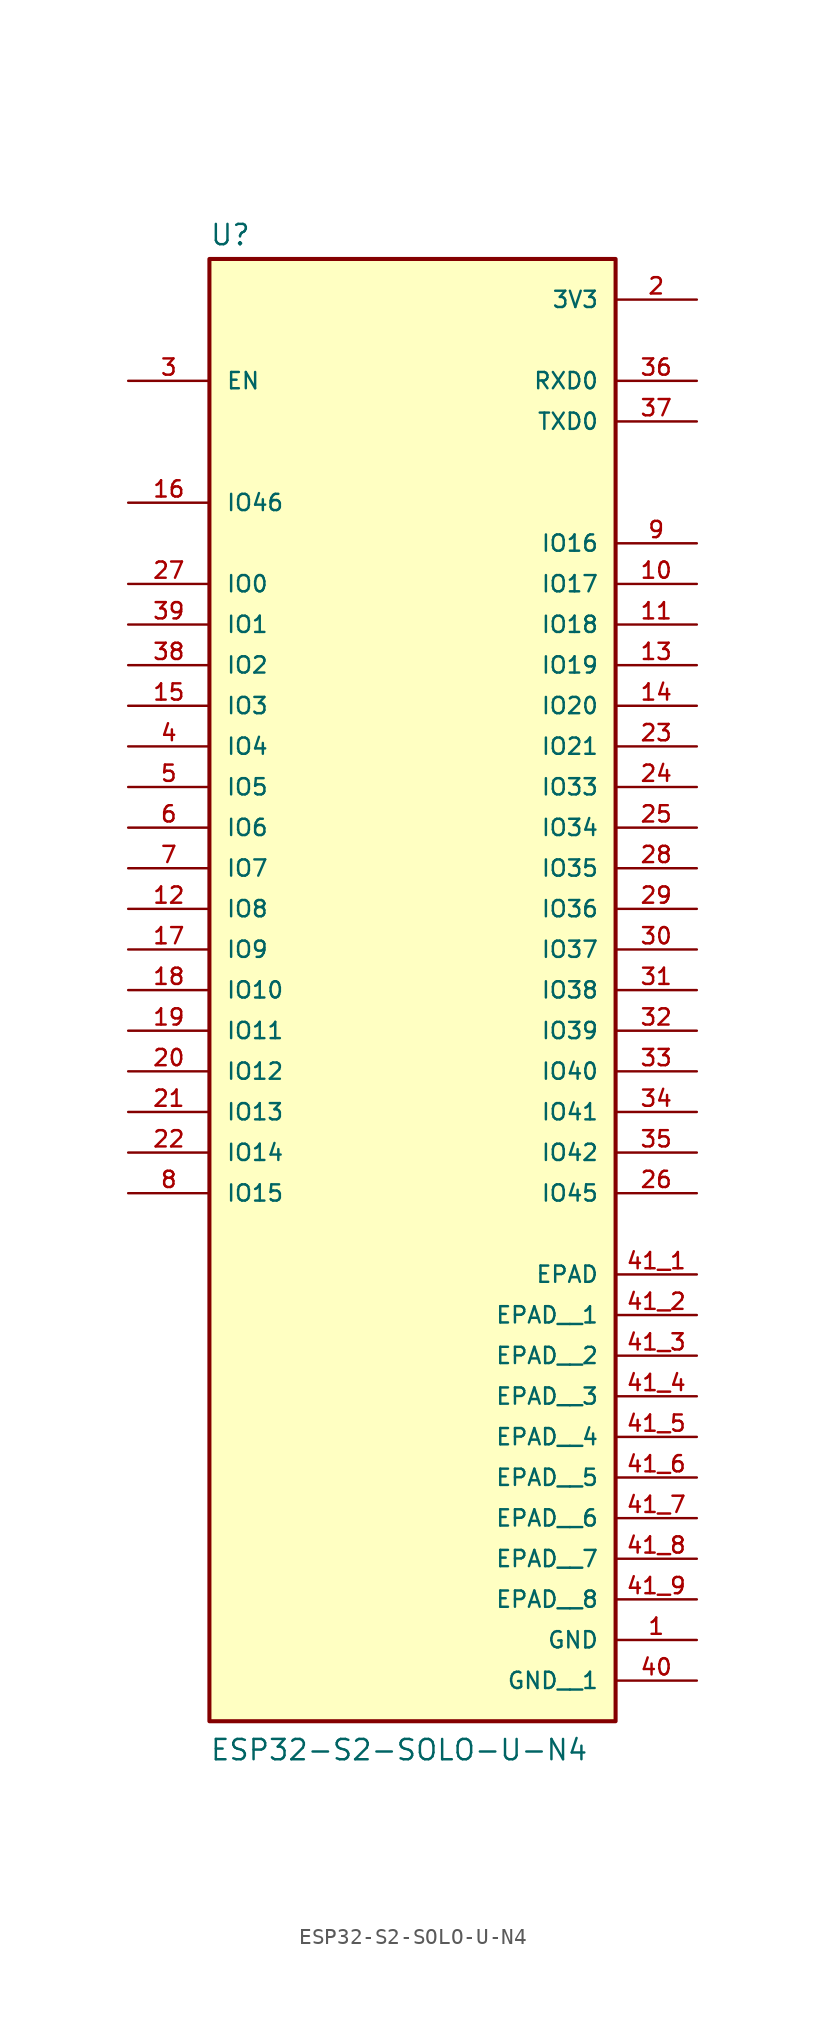
<source format=kicad_sym>
(kicad_symbol_lib
  (version 20211014)
  (generator kicad_symbol_editor)
  (symbol "ESP32-S2-SOLO-U-N4"
    (pin_names
      (offset 1.016))
    (property "Reference" "U"
      (at -12.7 33.782 0)
      (effects (font (size 1.27 1.27)) (justify bottom left)))
    (property "Value" "ESP32-S2-SOLO-U-N4"
      (at -12.7 -60.96 0)
      (effects (font (size 1.27 1.27)) (justify bottom left)))
    (symbol "ESP32-S2-SOLO-U-N4_0_0"
      (rectangle (start -12.7 -58.42) (end 12.7 33.02) (stroke (width 0.254)) (fill (type background)))
      (pin power_in line (at 17.78 -53.34 180.0) (length 5.08) (name "GND" (effects (font (size 1.016 1.016)))) (number "1" (effects (font (size 1.016 1.016)))))
      (pin power_in line (at 17.78 30.48 180.0) (length 5.08) (name "3V3" (effects (font (size 1.016 1.016)))) (number "2" (effects (font (size 1.016 1.016)))))
      (pin input line (at -17.78 25.4 0) (length 5.08) (name "EN" (effects (font (size 1.016 1.016)))) (number "3" (effects (font (size 1.016 1.016)))))
      (pin bidirectional line (at 17.78 25.4 180.0) (length 5.08) (name "RXD0" (effects (font (size 1.016 1.016)))) (number "36" (effects (font (size 1.016 1.016)))))
      (pin bidirectional line (at 17.78 22.86 180.0) (length 5.08) (name "TXD0" (effects (font (size 1.016 1.016)))) (number "37" (effects (font (size 1.016 1.016)))))
      (pin power_in line (at 17.78 -30.48 180.0) (length 5.08) (name "EPAD" (effects (font (size 1.016 1.016)))) (number "41_1" (effects (font (size 1.016 1.016)))))
      (pin bidirectional line (at -17.78 12.7 0) (length 5.08) (name "IO0" (effects (font (size 1.016 1.016)))) (number "27" (effects (font (size 1.016 1.016)))))
      (pin bidirectional line (at 17.78 0.0 180.0) (length 5.08) (name "IO33" (effects (font (size 1.016 1.016)))) (number "24" (effects (font (size 1.016 1.016)))))
      (pin bidirectional line (at 17.78 -2.54 180.0) (length 5.08) (name "IO34" (effects (font (size 1.016 1.016)))) (number "25" (effects (font (size 1.016 1.016)))))
      (pin bidirectional line (at 17.78 -5.08 180.0) (length 5.08) (name "IO35" (effects (font (size 1.016 1.016)))) (number "28" (effects (font (size 1.016 1.016)))))
      (pin bidirectional line (at 17.78 -7.62 180.0) (length 5.08) (name "IO36" (effects (font (size 1.016 1.016)))) (number "29" (effects (font (size 1.016 1.016)))))
      (pin bidirectional line (at 17.78 -10.16 180.0) (length 5.08) (name "IO37" (effects (font (size 1.016 1.016)))) (number "30" (effects (font (size 1.016 1.016)))))
      (pin bidirectional line (at 17.78 -12.7 180.0) (length 5.08) (name "IO38" (effects (font (size 1.016 1.016)))) (number "31" (effects (font (size 1.016 1.016)))))
      (pin bidirectional line (at 17.78 -15.24 180.0) (length 5.08) (name "IO39" (effects (font (size 1.016 1.016)))) (number "32" (effects (font (size 1.016 1.016)))))
      (pin bidirectional line (at 17.78 -17.78 180.0) (length 5.08) (name "IO40" (effects (font (size 1.016 1.016)))) (number "33" (effects (font (size 1.016 1.016)))))
      (pin bidirectional line (at 17.78 -20.32 180.0) (length 5.08) (name "IO41" (effects (font (size 1.016 1.016)))) (number "34" (effects (font (size 1.016 1.016)))))
      (pin bidirectional line (at 17.78 -22.86 180.0) (length 5.08) (name "IO42" (effects (font (size 1.016 1.016)))) (number "35" (effects (font (size 1.016 1.016)))))
      (pin bidirectional line (at 17.78 -25.4 180.0) (length 5.08) (name "IO45" (effects (font (size 1.016 1.016)))) (number "26" (effects (font (size 1.016 1.016)))))
      (pin input line (at -17.78 17.78 0) (length 5.08) (name "IO46" (effects (font (size 1.016 1.016)))) (number "16" (effects (font (size 1.016 1.016)))))
      (pin bidirectional line (at -17.78 10.16 0) (length 5.08) (name "IO1" (effects (font (size 1.016 1.016)))) (number "39" (effects (font (size 1.016 1.016)))))
      (pin bidirectional line (at -17.78 7.62 0) (length 5.08) (name "IO2" (effects (font (size 1.016 1.016)))) (number "38" (effects (font (size 1.016 1.016)))))
      (pin bidirectional line (at -17.78 5.08 0) (length 5.08) (name "IO3" (effects (font (size 1.016 1.016)))) (number "15" (effects (font (size 1.016 1.016)))))
      (pin bidirectional line (at -17.78 2.54 0) (length 5.08) (name "IO4" (effects (font (size 1.016 1.016)))) (number "4" (effects (font (size 1.016 1.016)))))
      (pin bidirectional line (at -17.78 0.0 0) (length 5.08) (name "IO5" (effects (font (size 1.016 1.016)))) (number "5" (effects (font (size 1.016 1.016)))))
      (pin bidirectional line (at -17.78 -2.54 0) (length 5.08) (name "IO6" (effects (font (size 1.016 1.016)))) (number "6" (effects (font (size 1.016 1.016)))))
      (pin bidirectional line (at -17.78 -5.08 0) (length 5.08) (name "IO7" (effects (font (size 1.016 1.016)))) (number "7" (effects (font (size 1.016 1.016)))))
      (pin bidirectional line (at -17.78 -7.62 0) (length 5.08) (name "IO8" (effects (font (size 1.016 1.016)))) (number "12" (effects (font (size 1.016 1.016)))))
      (pin bidirectional line (at -17.78 -10.16 0) (length 5.08) (name "IO9" (effects (font (size 1.016 1.016)))) (number "17" (effects (font (size 1.016 1.016)))))
      (pin bidirectional line (at -17.78 -12.7 0) (length 5.08) (name "IO10" (effects (font (size 1.016 1.016)))) (number "18" (effects (font (size 1.016 1.016)))))
      (pin bidirectional line (at -17.78 -15.24 0) (length 5.08) (name "IO11" (effects (font (size 1.016 1.016)))) (number "19" (effects (font (size 1.016 1.016)))))
      (pin bidirectional line (at -17.78 -17.78 0) (length 5.08) (name "IO12" (effects (font (size 1.016 1.016)))) (number "20" (effects (font (size 1.016 1.016)))))
      (pin bidirectional line (at -17.78 -20.32 0) (length 5.08) (name "IO13" (effects (font (size 1.016 1.016)))) (number "21" (effects (font (size 1.016 1.016)))))
      (pin bidirectional line (at -17.78 -22.86 0) (length 5.08) (name "IO14" (effects (font (size 1.016 1.016)))) (number "22" (effects (font (size 1.016 1.016)))))
      (pin bidirectional line (at -17.78 -25.4 0) (length 5.08) (name "IO15" (effects (font (size 1.016 1.016)))) (number "8" (effects (font (size 1.016 1.016)))))
      (pin bidirectional line (at 17.78 15.24 180.0) (length 5.08) (name "IO16" (effects (font (size 1.016 1.016)))) (number "9" (effects (font (size 1.016 1.016)))))
      (pin bidirectional line (at 17.78 12.7 180.0) (length 5.08) (name "IO17" (effects (font (size 1.016 1.016)))) (number "10" (effects (font (size 1.016 1.016)))))
      (pin bidirectional line (at 17.78 10.16 180.0) (length 5.08) (name "IO18" (effects (font (size 1.016 1.016)))) (number "11" (effects (font (size 1.016 1.016)))))
      (pin bidirectional line (at 17.78 7.62 180.0) (length 5.08) (name "IO19" (effects (font (size 1.016 1.016)))) (number "13" (effects (font (size 1.016 1.016)))))
      (pin bidirectional line (at 17.78 5.08 180.0) (length 5.08) (name "IO20" (effects (font (size 1.016 1.016)))) (number "14" (effects (font (size 1.016 1.016)))))
      (pin bidirectional line (at 17.78 2.54 180.0) (length 5.08) (name "IO21" (effects (font (size 1.016 1.016)))) (number "23" (effects (font (size 1.016 1.016)))))
      (pin power_in line (at 17.78 -33.02 180.0) (length 5.08) (name "EPAD__1" (effects (font (size 1.016 1.016)))) (number "41_2" (effects (font (size 1.016 1.016)))))
      (pin power_in line (at 17.78 -35.56 180.0) (length 5.08) (name "EPAD__2" (effects (font (size 1.016 1.016)))) (number "41_3" (effects (font (size 1.016 1.016)))))
      (pin power_in line (at 17.78 -38.1 180.0) (length 5.08) (name "EPAD__3" (effects (font (size 1.016 1.016)))) (number "41_4" (effects (font (size 1.016 1.016)))))
      (pin power_in line (at 17.78 -40.64 180.0) (length 5.08) (name "EPAD__4" (effects (font (size 1.016 1.016)))) (number "41_5" (effects (font (size 1.016 1.016)))))
      (pin power_in line (at 17.78 -43.18 180.0) (length 5.08) (name "EPAD__5" (effects (font (size 1.016 1.016)))) (number "41_6" (effects (font (size 1.016 1.016)))))
      (pin power_in line (at 17.78 -45.72 180.0) (length 5.08) (name "EPAD__6" (effects (font (size 1.016 1.016)))) (number "41_7" (effects (font (size 1.016 1.016)))))
      (pin power_in line (at 17.78 -48.26 180.0) (length 5.08) (name "EPAD__7" (effects (font (size 1.016 1.016)))) (number "41_8" (effects (font (size 1.016 1.016)))))
      (pin power_in line (at 17.78 -50.8 180.0) (length 5.08) (name "EPAD__8" (effects (font (size 1.016 1.016)))) (number "41_9" (effects (font (size 1.016 1.016)))))
      (pin power_in line (at 17.78 -55.88 180.0) (length 5.08) (name "GND__1" (effects (font (size 1.016 1.016)))) (number "40" (effects (font (size 1.016 1.016))))))))
</source>
